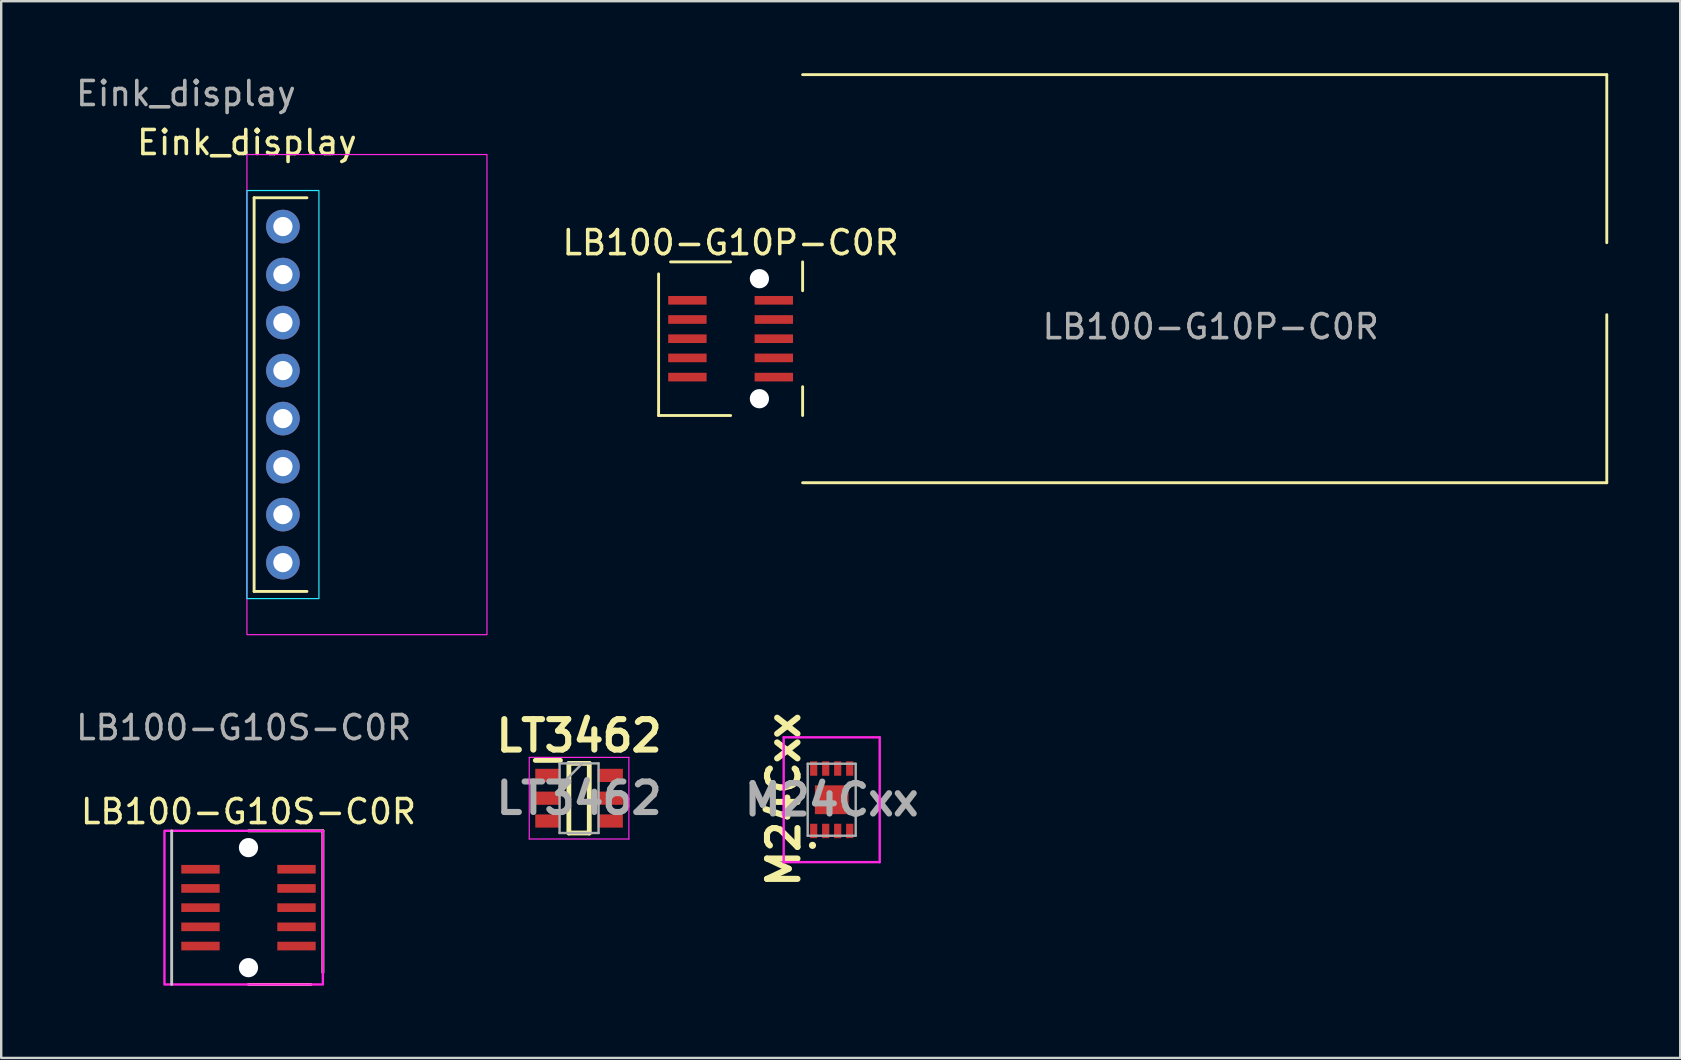
<source format=kicad_pcb>
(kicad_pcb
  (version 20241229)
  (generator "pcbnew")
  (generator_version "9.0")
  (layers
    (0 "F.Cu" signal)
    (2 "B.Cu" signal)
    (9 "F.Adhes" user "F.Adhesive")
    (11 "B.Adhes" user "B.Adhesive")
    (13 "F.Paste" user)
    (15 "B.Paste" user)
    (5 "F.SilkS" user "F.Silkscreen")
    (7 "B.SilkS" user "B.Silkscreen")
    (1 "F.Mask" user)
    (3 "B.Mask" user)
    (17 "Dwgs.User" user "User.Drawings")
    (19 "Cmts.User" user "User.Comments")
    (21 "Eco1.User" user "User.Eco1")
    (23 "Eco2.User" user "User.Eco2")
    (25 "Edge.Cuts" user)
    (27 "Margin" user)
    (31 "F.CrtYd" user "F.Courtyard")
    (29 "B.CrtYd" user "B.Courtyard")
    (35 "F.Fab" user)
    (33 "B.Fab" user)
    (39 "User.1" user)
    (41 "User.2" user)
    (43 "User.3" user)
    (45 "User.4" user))
  (footprint "LB100-G10S-C0R"
    (layer "F.Cu")
    (at 7.301 34.761)
    (property "Reference" "LB100-G10S-C0R" (at 0 -4 0) (unlocked yes) (layer "F.SilkS") (effects (font (size 1 1) (thickness 0.15))))
    (attr smd)
    (fp_line (start 0 -3.2) (end 3.1 -3.2) (stroke (width 0.12) (type solid)) (layer "F.SilkS"))
    (fp_line (start 2.6 3.2) (end 0 3.2) (stroke (width 0.12) (type solid)) (layer "F.SilkS"))
    (fp_line (start 3.1 -3.2) (end 3.1 2.7) (stroke (width 0.12) (type solid)) (layer "F.SilkS"))
    (fp_line (start -3.2 -3.2) (end -3.2 3.2) (stroke (width 0.12) (type solid)) (layer "Dwgs.User"))
    (fp_rect (start -3.5 -3.2) (end 3.1 3.2) (stroke (width 0.1) (type default)) (fill no) (layer "F.CrtYd"))
    (fp_text user "${REFERENCE}" (at -0.2 -7.5 0) (unlocked yes) (layer "F.Fab") (effects (font (size 1 1) (thickness 0.15))))
    (pad "" np_thru_hole circle (at 0 -2.5) (size 0.8 0.8) (drill 0.8) (layers "*.Cu" "*.Mask"))
    (pad "" np_thru_hole circle (at 0 2.5) (size 0.8 0.8) (drill 0.8) (layers "*.Cu" "*.Mask"))
    (pad "1" smd rect (at 2 -1.6) (size 1.6 0.36) (layers "F.Cu" "F.Mask" "F.Paste"))
    (pad "2" smd rect (at 2 -0.8) (size 1.6 0.36) (layers "F.Cu" "F.Mask" "F.Paste"))
    (pad "3" smd rect (at 2 0) (size 1.6 0.36) (layers "F.Cu" "F.Mask" "F.Paste"))
    (pad "4" smd rect (at 2 0.8) (size 1.6 0.36) (layers "F.Cu" "F.Mask" "F.Paste"))
    (pad "5" smd rect (at 2 1.6) (size 1.6 0.36) (layers "F.Cu" "F.Mask" "F.Paste"))
    (pad "6" smd rect (at -2 1.6) (size 1.6 0.36) (layers "F.Cu" "F.Mask" "F.Paste"))
    (pad "7" smd rect (at -2 0.8) (size 1.6 0.36) (layers "F.Cu" "F.Mask" "F.Paste"))
    (pad "8" smd rect (at -2 0) (size 1.6 0.36) (layers "F.Cu" "F.Mask" "F.Paste"))
    (pad "9" smd rect (at -2 -0.8) (size 1.6 0.36) (layers "F.Cu" "F.Mask" "F.Paste"))
    (pad "10" smd rect (at -2 -1.6) (size 1.6 0.36) (layers "F.Cu" "F.Mask" "F.Paste")))
  (footprint "Eink_display"
    (layer "F.Cu")
    (at 7.236 3.388)
    (property "Reference" "Eink_display" (at 0 -0.5 0) (unlocked yes) (layer "F.SilkS") (effects (font (size 1 1) (thickness 0.15))))
    (attr through_hole)
    (fp_rect (start 0.3 1.8) (end 0.3 18.2) (stroke (width 0.12) (type solid)) (fill no) (layer "F.SilkS"))
    (fp_rect (start 0.3 1.8) (end 2.5 1.8) (stroke (width 0.12) (type solid)) (fill no) (layer "F.SilkS"))
    (fp_rect (start 0.3 18.2) (end 2.5 18.2) (stroke (width 0.12) (type solid)) (fill no) (layer "F.SilkS"))
    (fp_rect (start 0 1.5) (end 3 18.5) (stroke (width 0.05) (type solid)) (fill no) (layer "B.CrtYd"))
    (fp_rect (start 0 0) (end 10 20) (stroke (width 0.05) (type solid)) (fill no) (layer "F.CrtYd"))
    (fp_text user "${REFERENCE}" (at -2.54 -2.54 0) (unlocked yes) (layer "F.Fab") (effects (font (size 1 1) (thickness 0.15))))
    (pad "1" thru_hole circle (at 1.5 3) (size 1.4 1.4) (drill 0.8) (layers "*.Cu" "*.Mask"))
    (pad "2" thru_hole circle (at 1.5 5) (size 1.4 1.4) (drill 0.8) (layers "*.Cu" "*.Mask"))
    (pad "3" thru_hole circle (at 1.5 7) (size 1.4 1.4) (drill 0.8) (layers "*.Cu" "*.Mask"))
    (pad "4" thru_hole circle (at 1.5 9) (size 1.4 1.4) (drill 0.8) (layers "*.Cu" "*.Mask"))
    (pad "5" thru_hole circle (at 1.5 11) (size 1.4 1.4) (drill 0.8) (layers "*.Cu" "*.Mask"))
    (pad "6" thru_hole circle (at 1.5 13) (size 1.4 1.4) (drill 0.8) (layers "*.Cu" "*.Mask"))
    (pad "7" thru_hole circle (at 1.5 15) (size 1.4 1.4) (drill 0.8) (layers "*.Cu" "*.Mask"))
    (pad "8" thru_hole circle (at 1.5 17) (size 1.4 1.4) (drill 0.8) (layers "*.Cu" "*.Mask")))
  (footprint "LT3462"
    (layer "F.Cu")
    (at 21.073 30.202)
    (property "Reference" "LT3462" (at 0 -2.6 0) (layer "F.SilkS") (effects (font (size 1.27 1.27) (thickness 0.254))))
    (attr smd)
    (fp_line (start -1.825 -1.575) (end -0.775 -1.575) (stroke (width 0.2) (type solid)) (layer "F.SilkS"))
    (fp_line (start -0.425 -1.45) (end 0.425 -1.45) (stroke (width 0.2) (type solid)) (layer "F.SilkS"))
    (fp_line (start -0.425 1.45) (end -0.425 -1.45) (stroke (width 0.2) (type solid)) (layer "F.SilkS"))
    (fp_line (start 0.425 -1.45) (end 0.425 1.45) (stroke (width 0.2) (type solid)) (layer "F.SilkS"))
    (fp_line (start 0.425 1.45) (end -0.425 1.45) (stroke (width 0.2) (type solid)) (layer "F.SilkS"))
    (fp_line (start -2.075 -1.7) (end 2.075 -1.7) (stroke (width 0.05) (type solid)) (layer "F.CrtYd"))
    (fp_line (start -2.075 1.7) (end -2.075 -1.7) (stroke (width 0.05) (type solid)) (layer "F.CrtYd"))
    (fp_line (start 2.075 -1.7) (end 2.075 1.7) (stroke (width 0.05) (type solid)) (layer "F.CrtYd"))
    (fp_line (start 2.075 1.7) (end -2.075 1.7) (stroke (width 0.05) (type solid)) (layer "F.CrtYd"))
    (fp_line (start -0.812 -1.45) (end 0.812 -1.45) (stroke (width 0.1) (type solid)) (layer "F.Fab"))
    (fp_line (start -0.812 -0.5) (end 0.138 -1.45) (stroke (width 0.1) (type solid)) (layer "F.Fab"))
    (fp_line (start -0.812 1.45) (end -0.812 -1.45) (stroke (width 0.1) (type solid)) (layer "F.Fab"))
    (fp_line (start 0.812 -1.45) (end 0.812 1.45) (stroke (width 0.1) (type solid)) (layer "F.Fab"))
    (fp_line (start 0.812 1.45) (end -0.812 1.45) (stroke (width 0.1) (type solid)) (layer "F.Fab"))
    (fp_text user "${REFERENCE}" (at 0 0 0) (layer "F.Fab") (effects (font (size 1.27 1.27) (thickness 0.254))))
    (pad "1" smd rect (at -1.3 -0.95 90) (size 0.55 1.05) (layers "F.Cu" "F.Mask" "F.Paste"))
    (pad "2" smd rect (at -1.3 0 90) (size 0.55 1.05) (layers "F.Cu" "F.Mask" "F.Paste"))
    (pad "3" smd rect (at -1.3 0.95 90) (size 0.55 1.05) (layers "F.Cu" "F.Mask" "F.Paste"))
    (pad "4" smd rect (at 1.3 0.95 90) (size 0.55 1.05) (layers "F.Cu" "F.Mask" "F.Paste"))
    (pad "5" smd rect (at 1.3 0 90) (size 0.55 1.05) (layers "F.Cu" "F.Mask" "F.Paste"))
    (pad "6" smd rect (at 1.3 -0.95 90) (size 0.55 1.05) (layers "F.Cu" "F.Mask" "F.Paste")))
  (footprint "LB100-G10P-C0R"
    (layer "F.Cu")
    (at 27.386 11.06)
    (property "Reference" "LB100-G10P-C0R" (at 0 -4 0) (unlocked yes) (layer "F.SilkS") (effects (font (size 1 1) (thickness 0.15))))
    (attr through_hole)
    (fp_line (start -3 -2.7) (end -3 3.2) (stroke (width 0.12) (type solid)) (layer "F.SilkS"))
    (fp_line (start -3 3.2) (end 0 3.2) (stroke (width 0.12) (type solid)) (layer "F.SilkS"))
    (fp_line (start -2.5 -3.2) (end 0 -3.2) (stroke (width 0.12) (type solid)) (layer "F.SilkS"))
    (fp_line (start 3 -3.2) (end 3 -2) (stroke (width 0.12) (type solid)) (layer "F.SilkS"))
    (fp_line (start 3 2) (end 3 3.2) (stroke (width 0.12) (type solid)) (layer "F.SilkS"))
    (fp_line (start 36.5 -11) (end 3 -11) (stroke (width 0.12) (type default)) (layer "F.SilkS"))
    (fp_line (start 36.5 -11) (end 36.5 -4) (stroke (width 0.12) (type solid)) (layer "F.SilkS"))
    (fp_line (start 36.5 -1) (end 36.5 6) (stroke (width 0.12) (type solid)) (layer "F.SilkS"))
    (fp_line (start 36.5 6) (end 3 6) (stroke (width 0.12) (type default)) (layer "F.SilkS"))
    (fp_text user "${REFERENCE}" (at 20 -0.5 0) (unlocked yes) (layer "F.Fab") (effects (font (size 1 1) (thickness 0.15))))
    (pad "" np_thru_hole circle (at 1.2 -2.5) (size 0.8 0.8) (drill 0.8) (layers "*.Cu" "*.Mask"))
    (pad "" np_thru_hole circle (at 1.2 2.5) (size 0.8 0.8) (drill 0.8) (layers "*.Cu" "*.Mask"))
    (pad "1" smd rect (at -1.8 -1.6) (size 1.6 0.36) (layers "F.Cu" "F.Mask" "F.Paste"))
    (pad "2" smd rect (at -1.8 -0.8) (size 1.6 0.36) (layers "F.Cu" "F.Mask" "F.Paste"))
    (pad "3" smd rect (at -1.8 0) (size 1.6 0.36) (layers "F.Cu" "F.Mask" "F.Paste"))
    (pad "4" smd rect (at -1.8 0.8) (size 1.6 0.36) (layers "F.Cu" "F.Mask" "F.Paste"))
    (pad "5" smd rect (at -1.8 1.6) (size 1.6 0.36) (layers "F.Cu" "F.Mask" "F.Paste"))
    (pad "6" smd rect (at 1.8 1.6) (size 1.6 0.36) (layers "F.Cu" "F.Mask" "F.Paste"))
    (pad "7" smd rect (at 1.8 0.8) (size 1.6 0.36) (layers "F.Cu" "F.Mask" "F.Paste"))
    (pad "8" smd rect (at 1.8 0) (size 1.6 0.36) (layers "F.Cu" "F.Mask" "F.Paste"))
    (pad "9" smd rect (at 1.8 -0.8) (size 1.6 0.36) (layers "F.Cu" "F.Mask" "F.Paste"))
    (pad "10" smd rect (at 1.8 -1.6) (size 1.6 0.36) (layers "F.Cu" "F.Mask" "F.Paste")))
  (footprint "M24Cxx"
    (layer "F.Cu")
    (at 31.597 30.266)
    (property "Reference" "M24Cxx" (at -2 0 90) (layer "F.SilkS") (effects (font (size 1.27 1.27) (thickness 0.254))))
    (attr smd)
    (fp_circle (center -0.8 1.9) (end -0.7 1.9) (stroke (width 0.1) (type solid)) (fill yes) (layer "F.SilkS"))
    (fp_line (start -2 -2.6) (end 2 -2.6) (stroke (width 0.1) (type solid)) (layer "F.CrtYd"))
    (fp_line (start -2 2.6) (end -2 -2.6) (stroke (width 0.1) (type solid)) (layer "F.CrtYd"))
    (fp_line (start 2 -2.6) (end 2 2.6) (stroke (width 0.1) (type solid)) (layer "F.CrtYd"))
    (fp_line (start 2 2.6) (end -2 2.6) (stroke (width 0.1) (type solid)) (layer "F.CrtYd"))
    (fp_line (start -1 -1.5) (end -1 1.5) (stroke (width 0.1) (type solid)) (layer "F.Fab"))
    (fp_line (start -1 1.5) (end 1 1.5) (stroke (width 0.1) (type solid)) (layer "F.Fab"))
    (fp_line (start 1 -1.5) (end -1 -1.5) (stroke (width 0.1) (type solid)) (layer "F.Fab"))
    (fp_line (start 1 1.5) (end 1 -1.5) (stroke (width 0.1) (type solid)) (layer "F.Fab"))
    (fp_text user "${REFERENCE}" (at 0 0 0) (layer "F.Fab") (effects (font (size 1.27 1.27) (thickness 0.254))))
    (pad "1" smd rect (at -0.75 1.3) (size 0.3 0.6) (layers "F.Cu" "F.Mask" "F.Paste"))
    (pad "2" smd rect (at -0.25 1.3) (size 0.3 0.6) (layers "F.Cu" "F.Mask" "F.Paste"))
    (pad "3" smd rect (at 0.25 1.3) (size 0.3 0.6) (layers "F.Cu" "F.Mask" "F.Paste"))
    (pad "4" smd rect (at 0.75 1.3) (size 0.3 0.6) (layers "F.Cu" "F.Mask" "F.Paste"))
    (pad "5" smd rect (at 0.75 -1.3) (size 0.3 0.6) (layers "F.Cu" "F.Mask" "F.Paste"))
    (pad "6" smd rect (at 0.25 -1.3) (size 0.3 0.6) (layers "F.Cu" "F.Mask" "F.Paste"))
    (pad "7" smd rect (at -0.25 -1.3) (size 0.3 0.6) (layers "F.Cu" "F.Mask" "F.Paste"))
    (pad "8" smd rect (at -0.75 -1.3) (size 0.3 0.6) (layers "F.Cu" "F.Mask" "F.Paste"))
    (pad "9" smd rect (at 0 0 90) (size 1.2 1.4) (layers "F.Cu" "F.Mask")))
  (gr_rect
    (start -3 -3)
    (end 66.946 41.022)
    (stroke (width 0.1) (type default))
    (fill no)
    (layer "Edge.Cuts")))
</source>
